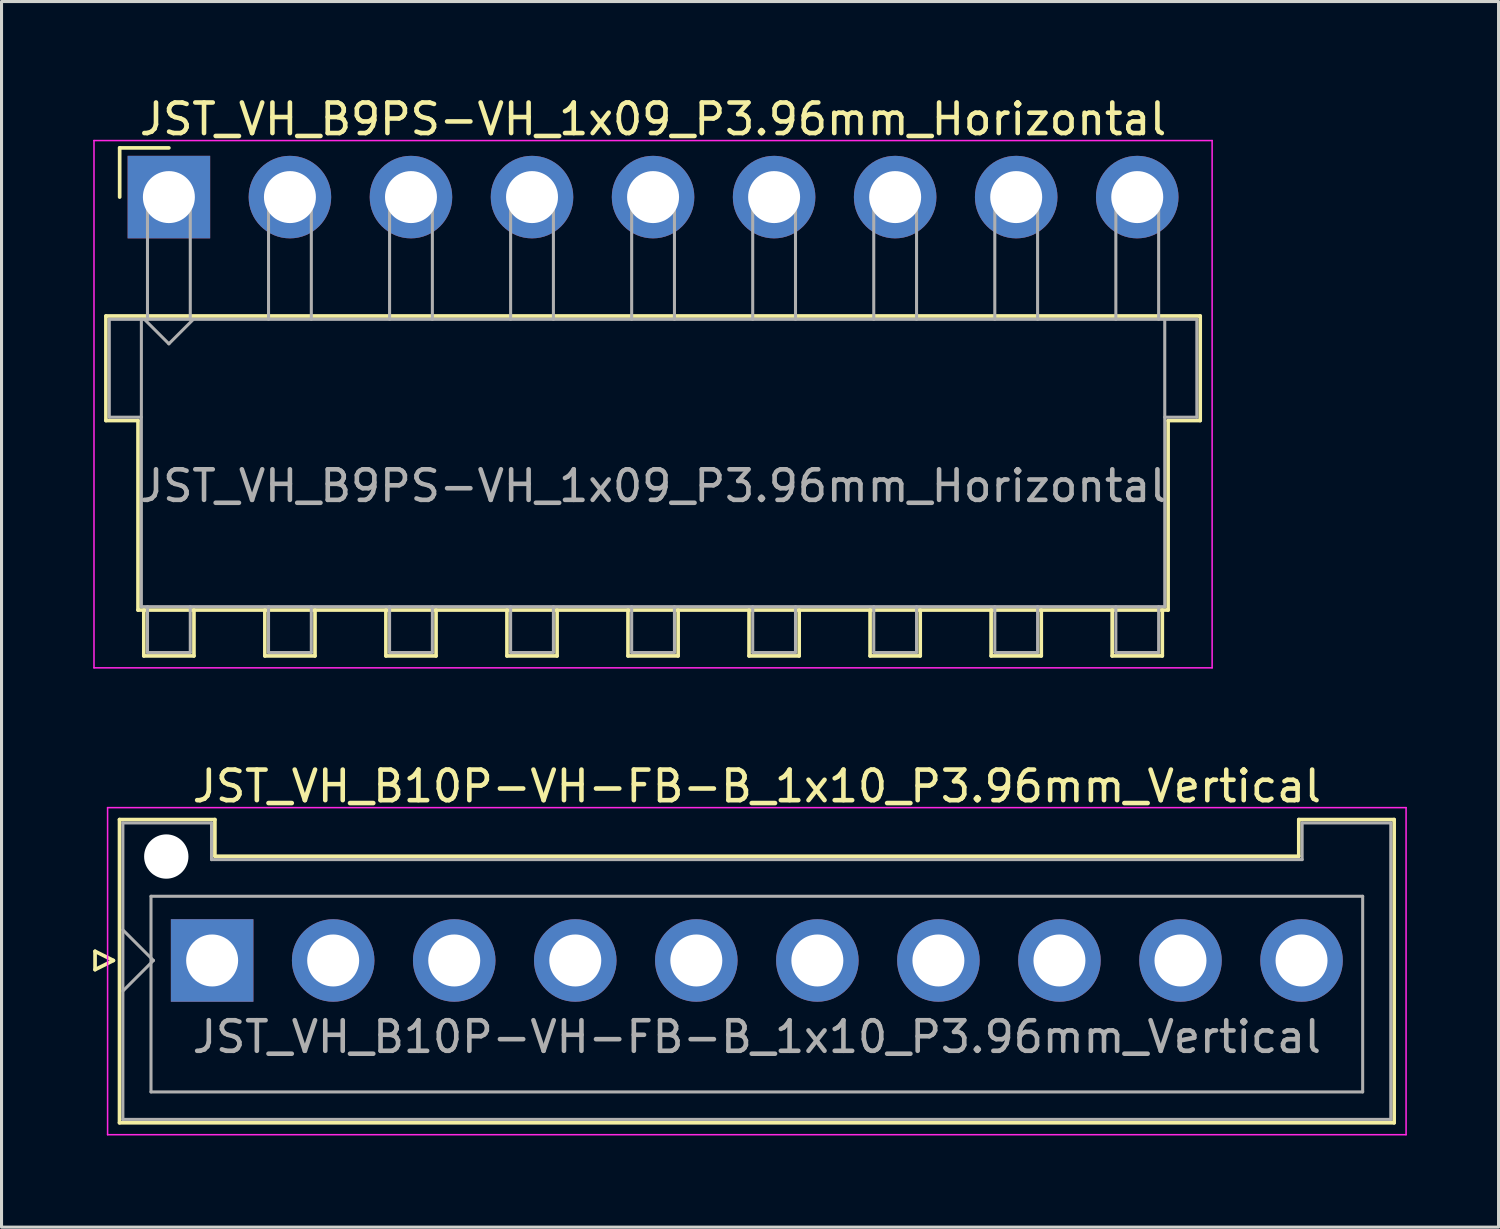
<source format=kicad_pcb>
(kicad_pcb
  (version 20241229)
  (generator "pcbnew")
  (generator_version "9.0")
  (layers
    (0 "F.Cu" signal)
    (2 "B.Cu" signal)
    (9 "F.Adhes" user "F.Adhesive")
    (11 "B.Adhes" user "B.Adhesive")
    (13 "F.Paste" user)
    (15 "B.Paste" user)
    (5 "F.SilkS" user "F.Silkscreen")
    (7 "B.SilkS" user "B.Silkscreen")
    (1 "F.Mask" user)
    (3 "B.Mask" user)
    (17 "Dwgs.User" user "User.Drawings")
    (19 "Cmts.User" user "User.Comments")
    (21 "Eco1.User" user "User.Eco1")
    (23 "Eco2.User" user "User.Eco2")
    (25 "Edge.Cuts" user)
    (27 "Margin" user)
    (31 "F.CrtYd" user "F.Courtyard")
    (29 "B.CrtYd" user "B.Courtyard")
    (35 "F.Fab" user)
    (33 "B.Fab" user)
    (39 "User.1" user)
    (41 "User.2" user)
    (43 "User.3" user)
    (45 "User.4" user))
  (footprint "JST_VH_B10P-VH-FB-B_1x10_P3.96mm_Vertical"
    (layer "F.Cu")
    (at 3.89 28.372)
    (property "Reference" "JST_VH_B10P-VH-FB-B_1x10_P3.96mm_Vertical" (at 17.82 -5.7 0) (layer "F.SilkS") (effects (font (size 1 1) (thickness 0.15))))
    (attr through_hole)
    (fp_line (start -3.83 -0.3) (end -3.23 0) (stroke (width 0.12) (type solid)) (layer "F.SilkS"))
    (fp_line (start -3.83 0.3) (end -3.83 -0.3) (stroke (width 0.12) (type solid)) (layer "F.SilkS"))
    (fp_line (start -3.23 0) (end -3.83 0.3) (stroke (width 0.12) (type solid)) (layer "F.SilkS"))
    (fp_line (start -3.03 -4.61) (end 0.09 -4.61) (stroke (width 0.12) (type solid)) (layer "F.SilkS"))
    (fp_line (start -3.03 5.31) (end -3.03 -4.61) (stroke (width 0.12) (type solid)) (layer "F.SilkS"))
    (fp_line (start 0.09 -4.61) (end 0.09 -3.41) (stroke (width 0.12) (type solid)) (layer "F.SilkS"))
    (fp_line (start 0.09 -3.41) (end 35.55 -3.41) (stroke (width 0.12) (type solid)) (layer "F.SilkS"))
    (fp_line (start 35.55 -4.61) (end 38.67 -4.61) (stroke (width 0.12) (type solid)) (layer "F.SilkS"))
    (fp_line (start 35.55 -3.41) (end 35.55 -4.61) (stroke (width 0.12) (type solid)) (layer "F.SilkS"))
    (fp_line (start 38.67 -4.61) (end 38.67 5.31) (stroke (width 0.12) (type solid)) (layer "F.SilkS"))
    (fp_line (start 38.67 5.31) (end -3.03 5.31) (stroke (width 0.12) (type solid)) (layer "F.SilkS"))
    (fp_line (start -3.42 -5) (end -3.42 5.7) (stroke (width 0.05) (type solid)) (layer "F.CrtYd"))
    (fp_line (start -3.42 5.7) (end 39.06 5.7) (stroke (width 0.05) (type solid)) (layer "F.CrtYd"))
    (fp_line (start 39.06 -5) (end -3.42 -5) (stroke (width 0.05) (type solid)) (layer "F.CrtYd"))
    (fp_line (start 39.06 5.7) (end 39.06 -5) (stroke (width 0.05) (type solid)) (layer "F.CrtYd"))
    (fp_line (start -2.92 -4.5) (end -0.02 -4.5) (stroke (width 0.1) (type solid)) (layer "F.Fab"))
    (fp_line (start -2.92 -1) (end -1.92 0) (stroke (width 0.1) (type solid)) (layer "F.Fab"))
    (fp_line (start -2.92 1) (end -1.92 0) (stroke (width 0.1) (type solid)) (layer "F.Fab"))
    (fp_line (start -2.92 5.2) (end -2.92 -4.5) (stroke (width 0.1) (type solid)) (layer "F.Fab"))
    (fp_line (start -2 -2.1) (end 37.64 -2.1) (stroke (width 0.1) (type solid)) (layer "F.Fab"))
    (fp_line (start -2 4.3) (end -2 -2.1) (stroke (width 0.1) (type solid)) (layer "F.Fab"))
    (fp_line (start -0.02 -4.5) (end -0.02 -3.3) (stroke (width 0.1) (type solid)) (layer "F.Fab"))
    (fp_line (start -0.02 -3.3) (end 35.66 -3.3) (stroke (width 0.1) (type solid)) (layer "F.Fab"))
    (fp_line (start 35.66 -4.5) (end 38.56 -4.5) (stroke (width 0.1) (type solid)) (layer "F.Fab"))
    (fp_line (start 35.66 -3.3) (end 35.66 -4.5) (stroke (width 0.1) (type solid)) (layer "F.Fab"))
    (fp_line (start 37.64 -2.1) (end 37.64 4.3) (stroke (width 0.1) (type solid)) (layer "F.Fab"))
    (fp_line (start 37.64 4.3) (end -2 4.3) (stroke (width 0.1) (type solid)) (layer "F.Fab"))
    (fp_line (start 38.56 -4.5) (end 38.56 5.2) (stroke (width 0.1) (type solid)) (layer "F.Fab"))
    (fp_line (start 38.56 5.2) (end -2.92 5.2) (stroke (width 0.1) (type solid)) (layer "F.Fab"))
    (fp_text user "${REFERENCE}" (at 17.82 2.5 0) (layer "F.Fab") (effects (font (size 1 1) (thickness 0.15))))
    (pad "" np_thru_hole circle (at -1.5 -3.4) (size 1.45 1.45) (drill 1.45) (layers "*.Cu" "*.Mask"))
    (pad "1" thru_hole rect (at 0 0) (size 2.7 2.7) (drill 1.7) (layers "*.Cu" "*.Mask"))
    (pad "2" thru_hole circle (at 3.96 0) (size 2.7 2.7) (drill 1.7) (layers "*.Cu" "*.Mask"))
    (pad "3" thru_hole circle (at 7.92 0) (size 2.7 2.7) (drill 1.7) (layers "*.Cu" "*.Mask"))
    (pad "4" thru_hole circle (at 11.88 0) (size 2.7 2.7) (drill 1.7) (layers "*.Cu" "*.Mask"))
    (pad "5" thru_hole circle (at 15.84 0) (size 2.7 2.7) (drill 1.7) (layers "*.Cu" "*.Mask"))
    (pad "6" thru_hole circle (at 19.8 0) (size 2.7 2.7) (drill 1.7) (layers "*.Cu" "*.Mask"))
    (pad "7" thru_hole circle (at 23.76 0) (size 2.7 2.7) (drill 1.7) (layers "*.Cu" "*.Mask"))
    (pad "8" thru_hole circle (at 27.72 0) (size 2.7 2.7) (drill 1.7) (layers "*.Cu" "*.Mask"))
    (pad "9" thru_hole circle (at 31.68 0) (size 2.7 2.7) (drill 1.7) (layers "*.Cu" "*.Mask"))
    (pad "10" thru_hole circle (at 35.64 0) (size 2.7 2.7) (drill 1.7) (layers "*.Cu" "*.Mask")))
  (footprint "JST_VH_B9PS-VH_1x09_P3.96mm_Horizontal"
    (layer "F.Cu")
    (at 2.475 3.398)
    (property "Reference" "JST_VH_B9PS-VH_1x09_P3.96mm_Horizontal" (at 15.84 -2.55 0) (layer "F.SilkS") (effects (font (size 1 1) (thickness 0.15))))
    (attr through_hole)
    (fp_line (start -2.06 3.89) (end 33.74 3.89) (stroke (width 0.12) (type solid)) (layer "F.SilkS"))
    (fp_line (start -2.06 7.31) (end -2.06 3.89) (stroke (width 0.12) (type solid)) (layer "F.SilkS"))
    (fp_line (start -1.61 -1.61) (end -1.61 0) (stroke (width 0.12) (type solid)) (layer "F.SilkS"))
    (fp_line (start -1.01 7.31) (end -2.06 7.31) (stroke (width 0.12) (type solid)) (layer "F.SilkS"))
    (fp_line (start -1.01 13.51) (end -1.01 7.31) (stroke (width 0.12) (type solid)) (layer "F.SilkS"))
    (fp_line (start -0.82 13.51) (end -0.82 15.01) (stroke (width 0.12) (type solid)) (layer "F.SilkS"))
    (fp_line (start -0.82 15.01) (end 0.82 15.01) (stroke (width 0.12) (type solid)) (layer "F.SilkS"))
    (fp_line (start 0 -1.61) (end -1.61 -1.61) (stroke (width 0.12) (type solid)) (layer "F.SilkS"))
    (fp_line (start 0.82 15.01) (end 0.82 13.51) (stroke (width 0.12) (type solid)) (layer "F.SilkS"))
    (fp_line (start 3.14 13.51) (end 3.14 15.01) (stroke (width 0.12) (type solid)) (layer "F.SilkS"))
    (fp_line (start 3.14 15.01) (end 4.78 15.01) (stroke (width 0.12) (type solid)) (layer "F.SilkS"))
    (fp_line (start 4.78 15.01) (end 4.78 13.51) (stroke (width 0.12) (type solid)) (layer "F.SilkS"))
    (fp_line (start 7.1 13.51) (end 7.1 15.01) (stroke (width 0.12) (type solid)) (layer "F.SilkS"))
    (fp_line (start 7.1 15.01) (end 8.74 15.01) (stroke (width 0.12) (type solid)) (layer "F.SilkS"))
    (fp_line (start 8.74 15.01) (end 8.74 13.51) (stroke (width 0.12) (type solid)) (layer "F.SilkS"))
    (fp_line (start 11.06 13.51) (end 11.06 15.01) (stroke (width 0.12) (type solid)) (layer "F.SilkS"))
    (fp_line (start 11.06 15.01) (end 12.7 15.01) (stroke (width 0.12) (type solid)) (layer "F.SilkS"))
    (fp_line (start 12.7 15.01) (end 12.7 13.51) (stroke (width 0.12) (type solid)) (layer "F.SilkS"))
    (fp_line (start 15.02 13.51) (end 15.02 15.01) (stroke (width 0.12) (type solid)) (layer "F.SilkS"))
    (fp_line (start 15.02 15.01) (end 16.66 15.01) (stroke (width 0.12) (type solid)) (layer "F.SilkS"))
    (fp_line (start 16.66 15.01) (end 16.66 13.51) (stroke (width 0.12) (type solid)) (layer "F.SilkS"))
    (fp_line (start 18.98 13.51) (end 18.98 15.01) (stroke (width 0.12) (type solid)) (layer "F.SilkS"))
    (fp_line (start 18.98 15.01) (end 20.62 15.01) (stroke (width 0.12) (type solid)) (layer "F.SilkS"))
    (fp_line (start 20.62 15.01) (end 20.62 13.51) (stroke (width 0.12) (type solid)) (layer "F.SilkS"))
    (fp_line (start 22.94 13.51) (end 22.94 15.01) (stroke (width 0.12) (type solid)) (layer "F.SilkS"))
    (fp_line (start 22.94 15.01) (end 24.58 15.01) (stroke (width 0.12) (type solid)) (layer "F.SilkS"))
    (fp_line (start 24.58 15.01) (end 24.58 13.51) (stroke (width 0.12) (type solid)) (layer "F.SilkS"))
    (fp_line (start 26.9 13.51) (end 26.9 15.01) (stroke (width 0.12) (type solid)) (layer "F.SilkS"))
    (fp_line (start 26.9 15.01) (end 28.54 15.01) (stroke (width 0.12) (type solid)) (layer "F.SilkS"))
    (fp_line (start 28.54 15.01) (end 28.54 13.51) (stroke (width 0.12) (type solid)) (layer "F.SilkS"))
    (fp_line (start 30.86 13.51) (end 30.86 15.01) (stroke (width 0.12) (type solid)) (layer "F.SilkS"))
    (fp_line (start 30.86 15.01) (end 32.5 15.01) (stroke (width 0.12) (type solid)) (layer "F.SilkS"))
    (fp_line (start 32.5 15.01) (end 32.5 13.51) (stroke (width 0.12) (type solid)) (layer "F.SilkS"))
    (fp_line (start 32.69 7.31) (end 32.69 13.51) (stroke (width 0.12) (type solid)) (layer "F.SilkS"))
    (fp_line (start 32.69 13.51) (end -1.01 13.51) (stroke (width 0.12) (type solid)) (layer "F.SilkS"))
    (fp_line (start 33.74 3.89) (end 33.74 7.31) (stroke (width 0.12) (type solid)) (layer "F.SilkS"))
    (fp_line (start 33.74 7.31) (end 32.69 7.31) (stroke (width 0.12) (type solid)) (layer "F.SilkS"))
    (fp_line (start -2.45 -1.85) (end -2.45 15.4) (stroke (width 0.05) (type solid)) (layer "F.CrtYd"))
    (fp_line (start -2.45 15.4) (end 34.13 15.4) (stroke (width 0.05) (type solid)) (layer "F.CrtYd"))
    (fp_line (start 34.13 -1.85) (end -2.45 -1.85) (stroke (width 0.05) (type solid)) (layer "F.CrtYd"))
    (fp_line (start 34.13 15.4) (end 34.13 -1.85) (stroke (width 0.05) (type solid)) (layer "F.CrtYd"))
    (fp_line (start -1.95 4) (end -0.9 4) (stroke (width 0.1) (type solid)) (layer "F.Fab"))
    (fp_line (start -1.95 7.2) (end -1.95 4) (stroke (width 0.1) (type solid)) (layer "F.Fab"))
    (fp_line (start -0.9 4) (end -0.9 13.4) (stroke (width 0.1) (type solid)) (layer "F.Fab"))
    (fp_line (start -0.9 7.2) (end -1.95 7.2) (stroke (width 0.1) (type solid)) (layer "F.Fab"))
    (fp_line (start -0.9 13.4) (end 32.58 13.4) (stroke (width 0.1) (type solid)) (layer "F.Fab"))
    (fp_line (start -0.8 4) (end 0 4.8) (stroke (width 0.1) (type solid)) (layer "F.Fab"))
    (fp_line (start -0.7 0) (end 0.7 0) (stroke (width 0.1) (type solid)) (layer "F.Fab"))
    (fp_line (start -0.7 4) (end -0.7 0) (stroke (width 0.1) (type solid)) (layer "F.Fab"))
    (fp_line (start -0.7 13.4) (end -0.7 14.9) (stroke (width 0.1) (type solid)) (layer "F.Fab"))
    (fp_line (start -0.7 14.9) (end 0.7 14.9) (stroke (width 0.1) (type solid)) (layer "F.Fab"))
    (fp_line (start 0 4.8) (end 0.8 4) (stroke (width 0.1) (type solid)) (layer "F.Fab"))
    (fp_line (start 0.7 0) (end 0.7 4) (stroke (width 0.1) (type solid)) (layer "F.Fab"))
    (fp_line (start 0.7 14.9) (end 0.7 13.4) (stroke (width 0.1) (type solid)) (layer "F.Fab"))
    (fp_line (start 3.26 0) (end 4.66 0) (stroke (width 0.1) (type solid)) (layer "F.Fab"))
    (fp_line (start 3.26 4) (end 3.26 0) (stroke (width 0.1) (type solid)) (layer "F.Fab"))
    (fp_line (start 3.26 13.4) (end 3.26 14.9) (stroke (width 0.1) (type solid)) (layer "F.Fab"))
    (fp_line (start 3.26 14.9) (end 4.66 14.9) (stroke (width 0.1) (type solid)) (layer "F.Fab"))
    (fp_line (start 4.66 0) (end 4.66 4) (stroke (width 0.1) (type solid)) (layer "F.Fab"))
    (fp_line (start 4.66 14.9) (end 4.66 13.4) (stroke (width 0.1) (type solid)) (layer "F.Fab"))
    (fp_line (start 7.22 0) (end 8.62 0) (stroke (width 0.1) (type solid)) (layer "F.Fab"))
    (fp_line (start 7.22 4) (end 7.22 0) (stroke (width 0.1) (type solid)) (layer "F.Fab"))
    (fp_line (start 7.22 13.4) (end 7.22 14.9) (stroke (width 0.1) (type solid)) (layer "F.Fab"))
    (fp_line (start 7.22 14.9) (end 8.62 14.9) (stroke (width 0.1) (type solid)) (layer "F.Fab"))
    (fp_line (start 8.62 0) (end 8.62 4) (stroke (width 0.1) (type solid)) (layer "F.Fab"))
    (fp_line (start 8.62 14.9) (end 8.62 13.4) (stroke (width 0.1) (type solid)) (layer "F.Fab"))
    (fp_line (start 11.18 0) (end 12.58 0) (stroke (width 0.1) (type solid)) (layer "F.Fab"))
    (fp_line (start 11.18 4) (end 11.18 0) (stroke (width 0.1) (type solid)) (layer "F.Fab"))
    (fp_line (start 11.18 13.4) (end 11.18 14.9) (stroke (width 0.1) (type solid)) (layer "F.Fab"))
    (fp_line (start 11.18 14.9) (end 12.58 14.9) (stroke (width 0.1) (type solid)) (layer "F.Fab"))
    (fp_line (start 12.58 0) (end 12.58 4) (stroke (width 0.1) (type solid)) (layer "F.Fab"))
    (fp_line (start 12.58 14.9) (end 12.58 13.4) (stroke (width 0.1) (type solid)) (layer "F.Fab"))
    (fp_line (start 15.14 0) (end 16.54 0) (stroke (width 0.1) (type solid)) (layer "F.Fab"))
    (fp_line (start 15.14 4) (end 15.14 0) (stroke (width 0.1) (type solid)) (layer "F.Fab"))
    (fp_line (start 15.14 13.4) (end 15.14 14.9) (stroke (width 0.1) (type solid)) (layer "F.Fab"))
    (fp_line (start 15.14 14.9) (end 16.54 14.9) (stroke (width 0.1) (type solid)) (layer "F.Fab"))
    (fp_line (start 16.54 0) (end 16.54 4) (stroke (width 0.1) (type solid)) (layer "F.Fab"))
    (fp_line (start 16.54 14.9) (end 16.54 13.4) (stroke (width 0.1) (type solid)) (layer "F.Fab"))
    (fp_line (start 19.1 0) (end 20.5 0) (stroke (width 0.1) (type solid)) (layer "F.Fab"))
    (fp_line (start 19.1 4) (end 19.1 0) (stroke (width 0.1) (type solid)) (layer "F.Fab"))
    (fp_line (start 19.1 13.4) (end 19.1 14.9) (stroke (width 0.1) (type solid)) (layer "F.Fab"))
    (fp_line (start 19.1 14.9) (end 20.5 14.9) (stroke (width 0.1) (type solid)) (layer "F.Fab"))
    (fp_line (start 20.5 0) (end 20.5 4) (stroke (width 0.1) (type solid)) (layer "F.Fab"))
    (fp_line (start 20.5 14.9) (end 20.5 13.4) (stroke (width 0.1) (type solid)) (layer "F.Fab"))
    (fp_line (start 23.06 0) (end 24.46 0) (stroke (width 0.1) (type solid)) (layer "F.Fab"))
    (fp_line (start 23.06 4) (end 23.06 0) (stroke (width 0.1) (type solid)) (layer "F.Fab"))
    (fp_line (start 23.06 13.4) (end 23.06 14.9) (stroke (width 0.1) (type solid)) (layer "F.Fab"))
    (fp_line (start 23.06 14.9) (end 24.46 14.9) (stroke (width 0.1) (type solid)) (layer "F.Fab"))
    (fp_line (start 24.46 0) (end 24.46 4) (stroke (width 0.1) (type solid)) (layer "F.Fab"))
    (fp_line (start 24.46 14.9) (end 24.46 13.4) (stroke (width 0.1) (type solid)) (layer "F.Fab"))
    (fp_line (start 27.02 0) (end 28.42 0) (stroke (width 0.1) (type solid)) (layer "F.Fab"))
    (fp_line (start 27.02 4) (end 27.02 0) (stroke (width 0.1) (type solid)) (layer "F.Fab"))
    (fp_line (start 27.02 13.4) (end 27.02 14.9) (stroke (width 0.1) (type solid)) (layer "F.Fab"))
    (fp_line (start 27.02 14.9) (end 28.42 14.9) (stroke (width 0.1) (type solid)) (layer "F.Fab"))
    (fp_line (start 28.42 0) (end 28.42 4) (stroke (width 0.1) (type solid)) (layer "F.Fab"))
    (fp_line (start 28.42 14.9) (end 28.42 13.4) (stroke (width 0.1) (type solid)) (layer "F.Fab"))
    (fp_line (start 30.98 0) (end 32.38 0) (stroke (width 0.1) (type solid)) (layer "F.Fab"))
    (fp_line (start 30.98 4) (end 30.98 0) (stroke (width 0.1) (type solid)) (layer "F.Fab"))
    (fp_line (start 30.98 13.4) (end 30.98 14.9) (stroke (width 0.1) (type solid)) (layer "F.Fab"))
    (fp_line (start 30.98 14.9) (end 32.38 14.9) (stroke (width 0.1) (type solid)) (layer "F.Fab"))
    (fp_line (start 32.38 0) (end 32.38 4) (stroke (width 0.1) (type solid)) (layer "F.Fab"))
    (fp_line (start 32.38 14.9) (end 32.38 13.4) (stroke (width 0.1) (type solid)) (layer "F.Fab"))
    (fp_line (start 32.58 4) (end -0.9 4) (stroke (width 0.1) (type solid)) (layer "F.Fab"))
    (fp_line (start 32.58 4) (end 33.63 4) (stroke (width 0.1) (type solid)) (layer "F.Fab"))
    (fp_line (start 32.58 13.4) (end 32.58 4) (stroke (width 0.1) (type solid)) (layer "F.Fab"))
    (fp_line (start 33.63 4) (end 33.63 7.2) (stroke (width 0.1) (type solid)) (layer "F.Fab"))
    (fp_line (start 33.63 7.2) (end 32.58 7.2) (stroke (width 0.1) (type solid)) (layer "F.Fab"))
    (fp_text user "${REFERENCE}" (at 15.84 9.45 0) (layer "F.Fab") (effects (font (size 1 1) (thickness 0.15))))
    (pad "1" thru_hole rect (at 0 0) (size 2.7 2.7) (drill 1.7) (layers "*.Cu" "*.Mask"))
    (pad "2" thru_hole circle (at 3.96 0) (size 2.7 2.7) (drill 1.7) (layers "*.Cu" "*.Mask"))
    (pad "3" thru_hole circle (at 7.92 0) (size 2.7 2.7) (drill 1.7) (layers "*.Cu" "*.Mask"))
    (pad "4" thru_hole circle (at 11.88 0) (size 2.7 2.7) (drill 1.7) (layers "*.Cu" "*.Mask"))
    (pad "5" thru_hole circle (at 15.84 0) (size 2.7 2.7) (drill 1.7) (layers "*.Cu" "*.Mask"))
    (pad "6" thru_hole circle (at 19.8 0) (size 2.7 2.7) (drill 1.7) (layers "*.Cu" "*.Mask"))
    (pad "7" thru_hole circle (at 23.76 0) (size 2.7 2.7) (drill 1.7) (layers "*.Cu" "*.Mask"))
    (pad "8" thru_hole circle (at 27.72 0) (size 2.7 2.7) (drill 1.7) (layers "*.Cu" "*.Mask"))
    (pad "9" thru_hole circle (at 31.68 0) (size 2.7 2.7) (drill 1.7) (layers "*.Cu" "*.Mask")))
  (gr_rect
    (start -3 -3)
    (end 45.975 37.096)
    (stroke (width 0.1) (type default))
    (fill no)
    (layer "Edge.Cuts")))
</source>
